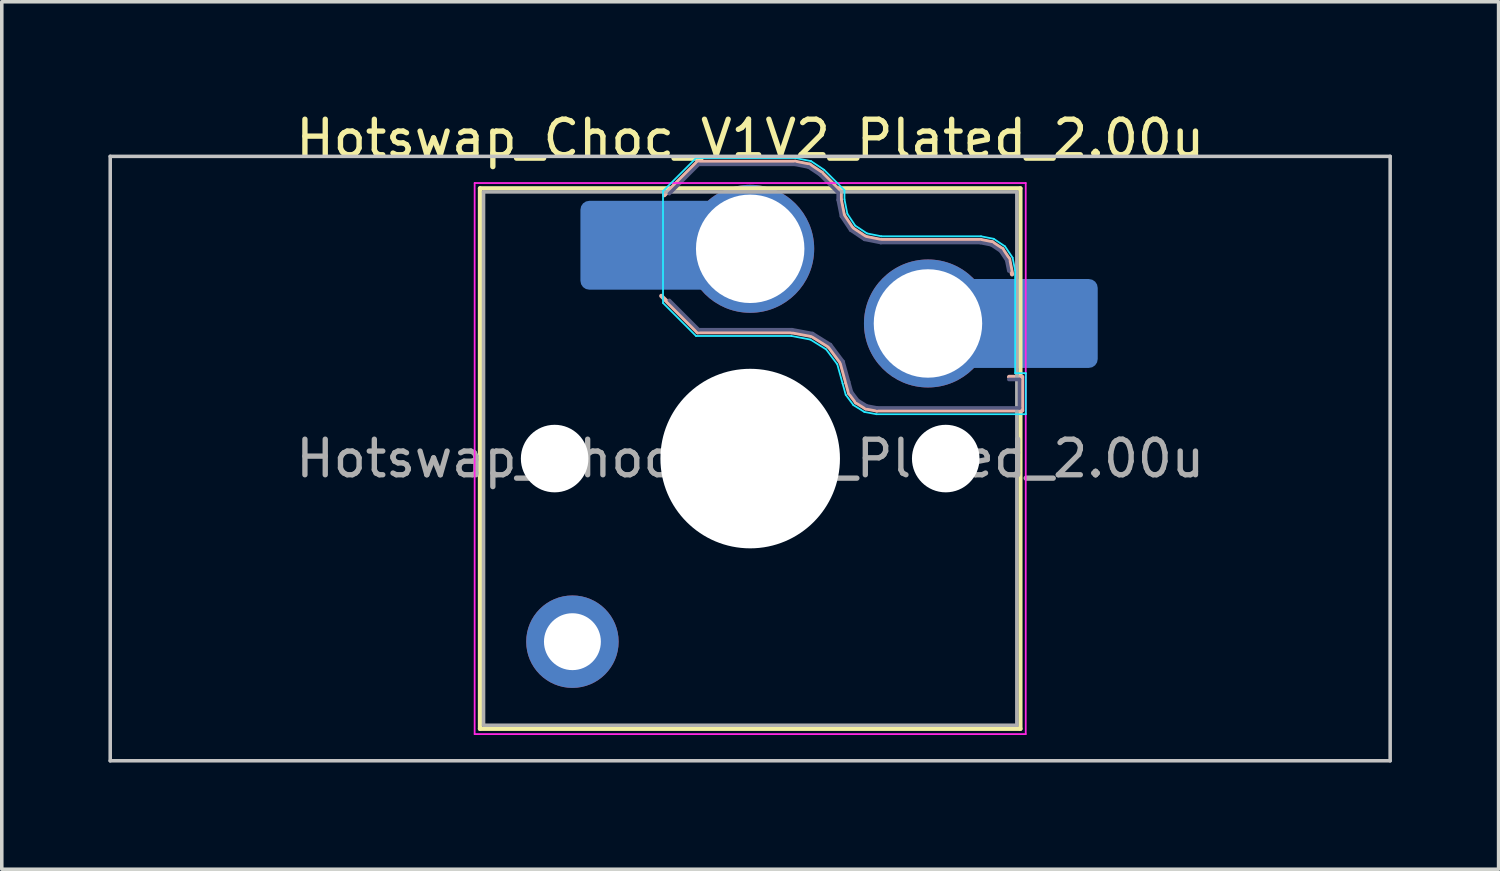
<source format=kicad_pcb>
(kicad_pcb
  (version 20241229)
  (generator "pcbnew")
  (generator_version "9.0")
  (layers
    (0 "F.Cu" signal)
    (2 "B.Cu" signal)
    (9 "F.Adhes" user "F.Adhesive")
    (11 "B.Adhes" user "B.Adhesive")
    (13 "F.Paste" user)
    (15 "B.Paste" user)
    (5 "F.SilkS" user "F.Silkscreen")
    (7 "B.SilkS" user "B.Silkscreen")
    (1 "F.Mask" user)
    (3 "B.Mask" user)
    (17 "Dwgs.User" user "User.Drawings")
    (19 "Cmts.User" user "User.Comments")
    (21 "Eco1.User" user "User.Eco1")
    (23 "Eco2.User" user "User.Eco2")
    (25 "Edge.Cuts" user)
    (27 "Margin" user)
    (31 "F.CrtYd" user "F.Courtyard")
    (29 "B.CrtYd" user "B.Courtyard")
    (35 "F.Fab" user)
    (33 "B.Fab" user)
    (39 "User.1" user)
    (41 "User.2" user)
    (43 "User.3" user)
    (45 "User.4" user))
  (footprint "Hotswap_Choc_V1V2_Plated_2.00u"
    (layer "F.Cu")
    (at 18.05 9.848)
    (property "Reference" "Hotswap_Choc_V1V2_Plated_2.00u" (at 0 -9 0) (layer "F.SilkS") (effects (font (size 1 1) (thickness 0.15))))
    (attr smd)
    (fp_line (start -7.6 -7.6) (end -7.6 7.6) (stroke (width 0.12) (type solid)) (layer "F.SilkS"))
    (fp_line (start -7.6 7.6) (end 7.6 7.6) (stroke (width 0.12) (type solid)) (layer "F.SilkS"))
    (fp_line (start 7.6 -7.6) (end -7.6 -7.6) (stroke (width 0.12) (type solid)) (layer "F.SilkS"))
    (fp_line (start 7.6 7.6) (end 7.6 -7.6) (stroke (width 0.12) (type solid)) (layer "F.SilkS"))
    (fp_line (start -2.416 -7.409) (end -1.479 -8.346) (stroke (width 0.12) (type solid)) (layer "B.SilkS"))
    (fp_line (start -1.479 -8.346) (end 1.268 -8.346) (stroke (width 0.12) (type solid)) (layer "B.SilkS"))
    (fp_line (start -1.479 -3.554) (end -2.5 -4.575) (stroke (width 0.12) (type solid)) (layer "B.SilkS"))
    (fp_line (start 1.168 -3.554) (end -1.479 -3.554) (stroke (width 0.12) (type solid)) (layer "B.SilkS"))
    (fp_line (start 1.268 -8.346) (end 1.671 -8.266) (stroke (width 0.12) (type solid)) (layer "B.SilkS"))
    (fp_line (start 1.671 -8.266) (end 2.013 -8.037) (stroke (width 0.12) (type solid)) (layer "B.SilkS"))
    (fp_line (start 1.73 -3.449) (end 1.168 -3.554) (stroke (width 0.12) (type solid)) (layer "B.SilkS"))
    (fp_line (start 2.013 -8.037) (end 2.546 -7.504) (stroke (width 0.12) (type solid)) (layer "B.SilkS"))
    (fp_line (start 2.209 -3.15) (end 1.73 -3.449) (stroke (width 0.12) (type solid)) (layer "B.SilkS"))
    (fp_line (start 2.546 -7.504) (end 2.546 -7.282) (stroke (width 0.12) (type solid)) (layer "B.SilkS"))
    (fp_line (start 2.546 -7.282) (end 2.633 -6.844) (stroke (width 0.12) (type solid)) (layer "B.SilkS"))
    (fp_line (start 2.547 -2.697) (end 2.209 -3.15) (stroke (width 0.12) (type solid)) (layer "B.SilkS"))
    (fp_line (start 2.633 -6.844) (end 2.877 -6.477) (stroke (width 0.12) (type solid)) (layer "B.SilkS"))
    (fp_line (start 2.701 -2.139) (end 2.547 -2.697) (stroke (width 0.12) (type solid)) (layer "B.SilkS"))
    (fp_line (start 2.783 -1.841) (end 2.701 -2.139) (stroke (width 0.12) (type solid)) (layer "B.SilkS"))
    (fp_line (start 2.877 -6.477) (end 3.244 -6.233) (stroke (width 0.12) (type solid)) (layer "B.SilkS"))
    (fp_line (start 2.976 -1.583) (end 2.783 -1.841) (stroke (width 0.12) (type solid)) (layer "B.SilkS"))
    (fp_line (start 3.244 -6.233) (end 3.682 -6.146) (stroke (width 0.12) (type solid)) (layer "B.SilkS"))
    (fp_line (start 3.25 -1.413) (end 2.976 -1.583) (stroke (width 0.12) (type solid)) (layer "B.SilkS"))
    (fp_line (start 3.56 -1.354) (end 3.25 -1.413) (stroke (width 0.12) (type solid)) (layer "B.SilkS"))
    (fp_line (start 3.682 -6.146) (end 6.482 -6.146) (stroke (width 0.12) (type solid)) (layer "B.SilkS"))
    (fp_line (start 6.482 -6.146) (end 6.809 -6.081) (stroke (width 0.12) (type solid)) (layer "B.SilkS"))
    (fp_line (start 6.809 -6.081) (end 7.092 -5.892) (stroke (width 0.12) (type solid)) (layer "B.SilkS"))
    (fp_line (start 7.092 -5.892) (end 7.281 -5.609) (stroke (width 0.12) (type solid)) (layer "B.SilkS"))
    (fp_line (start 7.281 -5.609) (end 7.366 -5.182) (stroke (width 0.12) (type solid)) (layer "B.SilkS"))
    (fp_line (start 7.283 -2.296) (end 7.646 -2.296) (stroke (width 0.12) (type solid)) (layer "B.SilkS"))
    (fp_line (start 7.646 -2.296) (end 7.646 -1.354) (stroke (width 0.12) (type solid)) (layer "B.SilkS"))
    (fp_line (start 7.646 -1.354) (end 3.56 -1.354) (stroke (width 0.12) (type solid)) (layer "B.SilkS"))
    (fp_line (start -18 -8.5) (end -18 8.5) (stroke (width 0.1) (type solid)) (layer "Dwgs.User"))
    (fp_line (start -18 8.5) (end 18 8.5) (stroke (width 0.1) (type solid)) (layer "Dwgs.User"))
    (fp_line (start 18 -8.5) (end -18 -8.5) (stroke (width 0.1) (type solid)) (layer "Dwgs.User"))
    (fp_line (start 18 8.5) (end 18 -8.5) (stroke (width 0.1) (type solid)) (layer "Dwgs.User"))
    (fp_line (start -7.25 -7.25) (end -7.25 7.25) (stroke (width 0.1) (type solid)) (layer "Eco1.User"))
    (fp_line (start -7.25 7.25) (end 7.25 7.25) (stroke (width 0.1) (type solid)) (layer "Eco1.User"))
    (fp_line (start 7.25 -7.25) (end -7.25 -7.25) (stroke (width 0.1) (type solid)) (layer "Eco1.User"))
    (fp_line (start 7.25 7.25) (end 7.25 -7.25) (stroke (width 0.1) (type solid)) (layer "Eco1.User"))
    (fp_line (start -2.452 -7.523) (end -1.523 -8.452) (stroke (width 0.05) (type solid)) (layer "B.CrtYd"))
    (fp_line (start -2.452 -4.377) (end -2.452 -7.523) (stroke (width 0.05) (type solid)) (layer "B.CrtYd"))
    (fp_line (start -1.523 -8.452) (end 1.278 -8.452) (stroke (width 0.05) (type solid)) (layer "B.CrtYd"))
    (fp_line (start -1.523 -3.448) (end -2.452 -4.377) (stroke (width 0.05) (type solid)) (layer "B.CrtYd"))
    (fp_line (start 1.159 -3.448) (end -1.523 -3.448) (stroke (width 0.05) (type solid)) (layer "B.CrtYd"))
    (fp_line (start 1.278 -8.452) (end 1.712 -8.366) (stroke (width 0.05) (type solid)) (layer "B.CrtYd"))
    (fp_line (start 1.691 -3.348) (end 1.159 -3.448) (stroke (width 0.05) (type solid)) (layer "B.CrtYd"))
    (fp_line (start 1.712 -8.366) (end 2.081 -8.119) (stroke (width 0.05) (type solid)) (layer "B.CrtYd"))
    (fp_line (start 2.081 -8.119) (end 2.652 -7.548) (stroke (width 0.05) (type solid)) (layer "B.CrtYd"))
    (fp_line (start 2.136 -3.071) (end 1.691 -3.348) (stroke (width 0.05) (type solid)) (layer "B.CrtYd"))
    (fp_line (start 2.45 -2.65) (end 2.136 -3.071) (stroke (width 0.05) (type solid)) (layer "B.CrtYd"))
    (fp_line (start 2.599 -2.111) (end 2.45 -2.65) (stroke (width 0.05) (type solid)) (layer "B.CrtYd"))
    (fp_line (start 2.652 -7.548) (end 2.652 -7.292) (stroke (width 0.05) (type solid)) (layer "B.CrtYd"))
    (fp_line (start 2.652 -7.292) (end 2.733 -6.885) (stroke (width 0.05) (type solid)) (layer "B.CrtYd"))
    (fp_line (start 2.687 -1.794) (end 2.599 -2.111) (stroke (width 0.05) (type solid)) (layer "B.CrtYd"))
    (fp_line (start 2.733 -6.885) (end 2.953 -6.553) (stroke (width 0.05) (type solid)) (layer "B.CrtYd"))
    (fp_line (start 2.903 -1.503) (end 2.687 -1.794) (stroke (width 0.05) (type solid)) (layer "B.CrtYd"))
    (fp_line (start 2.953 -6.553) (end 3.285 -6.333) (stroke (width 0.05) (type solid)) (layer "B.CrtYd"))
    (fp_line (start 3.211 -1.312) (end 2.903 -1.503) (stroke (width 0.05) (type solid)) (layer "B.CrtYd"))
    (fp_line (start 3.285 -6.333) (end 3.692 -6.252) (stroke (width 0.05) (type solid)) (layer "B.CrtYd"))
    (fp_line (start 3.55 -1.248) (end 3.211 -1.312) (stroke (width 0.05) (type solid)) (layer "B.CrtYd"))
    (fp_line (start 3.692 -6.252) (end 6.492 -6.252) (stroke (width 0.05) (type solid)) (layer "B.CrtYd"))
    (fp_line (start 6.492 -6.252) (end 6.85 -6.181) (stroke (width 0.05) (type solid)) (layer "B.CrtYd"))
    (fp_line (start 6.85 -6.181) (end 7.168 -5.968) (stroke (width 0.05) (type solid)) (layer "B.CrtYd"))
    (fp_line (start 7.168 -5.968) (end 7.381 -5.65) (stroke (width 0.05) (type solid)) (layer "B.CrtYd"))
    (fp_line (start 7.381 -5.65) (end 7.452 -5.292) (stroke (width 0.05) (type solid)) (layer "B.CrtYd"))
    (fp_line (start 7.452 -5.292) (end 7.452 -2.402) (stroke (width 0.05) (type solid)) (layer "B.CrtYd"))
    (fp_line (start 7.452 -2.402) (end 7.752 -2.402) (stroke (width 0.05) (type solid)) (layer "B.CrtYd"))
    (fp_line (start 7.752 -2.402) (end 7.752 -1.248) (stroke (width 0.05) (type solid)) (layer "B.CrtYd"))
    (fp_line (start 7.752 -1.248) (end 3.55 -1.248) (stroke (width 0.05) (type solid)) (layer "B.CrtYd"))
    (fp_line (start -7.75 -7.75) (end -7.75 7.75) (stroke (width 0.05) (type solid)) (layer "F.CrtYd"))
    (fp_line (start -7.75 7.75) (end 7.75 7.75) (stroke (width 0.05) (type solid)) (layer "F.CrtYd"))
    (fp_line (start 7.75 -7.75) (end -7.75 -7.75) (stroke (width 0.05) (type solid)) (layer "F.CrtYd"))
    (fp_line (start 7.75 7.75) (end 7.75 -7.75) (stroke (width 0.05) (type solid)) (layer "F.CrtYd"))
    (fp_line (start -2.275 -7.45) (end -1.45 -8.275) (stroke (width 0.1) (type solid)) (layer "B.Fab"))
    (fp_line (start -1.45 -8.275) (end 1.261 -8.275) (stroke (width 0.1) (type solid)) (layer "B.Fab"))
    (fp_line (start -1.45 -3.625) (end -2.275 -4.45) (stroke (width 0.1) (type solid)) (layer "B.Fab"))
    (fp_line (start 1.175 -3.625) (end -1.45 -3.625) (stroke (width 0.1) (type solid)) (layer "B.Fab"))
    (fp_line (start 1.261 -8.275) (end 1.643 -8.199) (stroke (width 0.1) (type solid)) (layer "B.Fab"))
    (fp_line (start 1.643 -8.199) (end 1.968 -7.982) (stroke (width 0.1) (type solid)) (layer "B.Fab"))
    (fp_line (start 1.756 -3.516) (end 1.175 -3.625) (stroke (width 0.1) (type solid)) (layer "B.Fab"))
    (fp_line (start 1.968 -7.982) (end 2.475 -7.475) (stroke (width 0.1) (type solid)) (layer "B.Fab"))
    (fp_line (start 2.258 -3.203) (end 1.756 -3.516) (stroke (width 0.1) (type solid)) (layer "B.Fab"))
    (fp_line (start 2.475 -7.475) (end 2.475 -7.275) (stroke (width 0.1) (type solid)) (layer "B.Fab"))
    (fp_line (start 2.475 -7.275) (end 2.566 -6.816) (stroke (width 0.1) (type solid)) (layer "B.Fab"))
    (fp_line (start 2.566 -6.816) (end 2.826 -6.426) (stroke (width 0.1) (type solid)) (layer "B.Fab"))
    (fp_line (start 2.612 -2.729) (end 2.258 -3.203) (stroke (width 0.1) (type solid)) (layer "B.Fab"))
    (fp_line (start 2.769 -2.158) (end 2.612 -2.729) (stroke (width 0.1) (type solid)) (layer "B.Fab"))
    (fp_line (start 2.826 -6.426) (end 3.216 -6.166) (stroke (width 0.1) (type solid)) (layer "B.Fab"))
    (fp_line (start 2.848 -1.873) (end 2.769 -2.158) (stroke (width 0.1) (type solid)) (layer "B.Fab"))
    (fp_line (start 3.025 -1.636) (end 2.848 -1.873) (stroke (width 0.1) (type solid)) (layer "B.Fab"))
    (fp_line (start 3.216 -6.166) (end 3.675 -6.075) (stroke (width 0.1) (type solid)) (layer "B.Fab"))
    (fp_line (start 3.276 -1.48) (end 3.025 -1.636) (stroke (width 0.1) (type solid)) (layer "B.Fab"))
    (fp_line (start 3.567 -1.425) (end 3.276 -1.48) (stroke (width 0.1) (type solid)) (layer "B.Fab"))
    (fp_line (start 3.675 -6.075) (end 6.475 -6.075) (stroke (width 0.1) (type solid)) (layer "B.Fab"))
    (fp_line (start 6.475 -6.075) (end 6.781 -6.014) (stroke (width 0.1) (type solid)) (layer "B.Fab"))
    (fp_line (start 6.781 -6.014) (end 7.041 -5.841) (stroke (width 0.1) (type solid)) (layer "B.Fab"))
    (fp_line (start 7.041 -5.841) (end 7.214 -5.581) (stroke (width 0.1) (type solid)) (layer "B.Fab"))
    (fp_line (start 7.214 -5.581) (end 7.275 -5.275) (stroke (width 0.1) (type solid)) (layer "B.Fab"))
    (fp_line (start 7.275 -2.225) (end 7.575 -2.225) (stroke (width 0.1) (type solid)) (layer "B.Fab"))
    (fp_line (start 7.575 -2.225) (end 7.575 -1.425) (stroke (width 0.1) (type solid)) (layer "B.Fab"))
    (fp_line (start 7.575 -1.425) (end 3.567 -1.425) (stroke (width 0.1) (type solid)) (layer "B.Fab"))
    (fp_line (start -7.5 -7.5) (end -7.5 7.5) (stroke (width 0.1) (type solid)) (layer "F.Fab"))
    (fp_line (start -7.5 7.5) (end 7.5 7.5) (stroke (width 0.1) (type solid)) (layer "F.Fab"))
    (fp_line (start 7.5 -7.5) (end -7.5 -7.5) (stroke (width 0.1) (type solid)) (layer "F.Fab"))
    (fp_line (start 7.5 7.5) (end 7.5 -7.5) (stroke (width 0.1) (type solid)) (layer "F.Fab"))
    (fp_text user "${REFERENCE}" (at 0 0 0) (layer "F.Fab") (effects (font (size 1 1) (thickness 0.15))))
    (pad "" np_thru_hole circle (at -5.5 0) (size 1.9 1.9) (drill 1.9) (layers "*.Cu" "*.Mask"))
    (pad "" thru_hole circle (at -5 5.15) (size 2.6 2.6) (drill 1.6) (layers "*.Cu" "*.Mask"))
    (pad "" smd roundrect (at -3.5 -6) (size 2.55 2.5) (layers "B.Mask" "B.Paste") (roundrect_rratio 0.1))
    (pad "" np_thru_hole circle (at 0 0) (size 5.05 5.05) (drill 5.05) (layers "*.Cu" "*.Mask"))
    (pad "" np_thru_hole circle (at 5.5 0) (size 1.9 1.9) (drill 1.9) (layers "*.Cu" "*.Mask"))
    (pad "" smd roundrect (at 8.5 -3.8) (size 2.55 2.5) (layers "B.Mask" "B.Paste") (roundrect_rratio 0.1))
    (pad "1" smd roundrect (at -2.85 -6) (size 3.85 2.5) (layers "B.Cu") (roundrect_rratio 0.1))
    (pad "1" thru_hole circle (at 0 -5.9) (size 3.6 3.6) (drill 3.05) (layers "*.Cu" "*.Mask"))
    (pad "2" thru_hole circle (at 5 -3.8) (size 3.6 3.6) (drill 3.05) (layers "*.Cu" "*.Mask"))
    (pad "2" smd roundrect (at 7.85 -3.8) (size 3.85 2.5) (layers "B.Cu") (roundrect_rratio 0.1)))
  (gr_rect
    (start -3 -3)
    (end 39.1 21.398)
    (stroke (width 0.1) (type default))
    (fill no)
    (layer "Edge.Cuts")))
</source>
